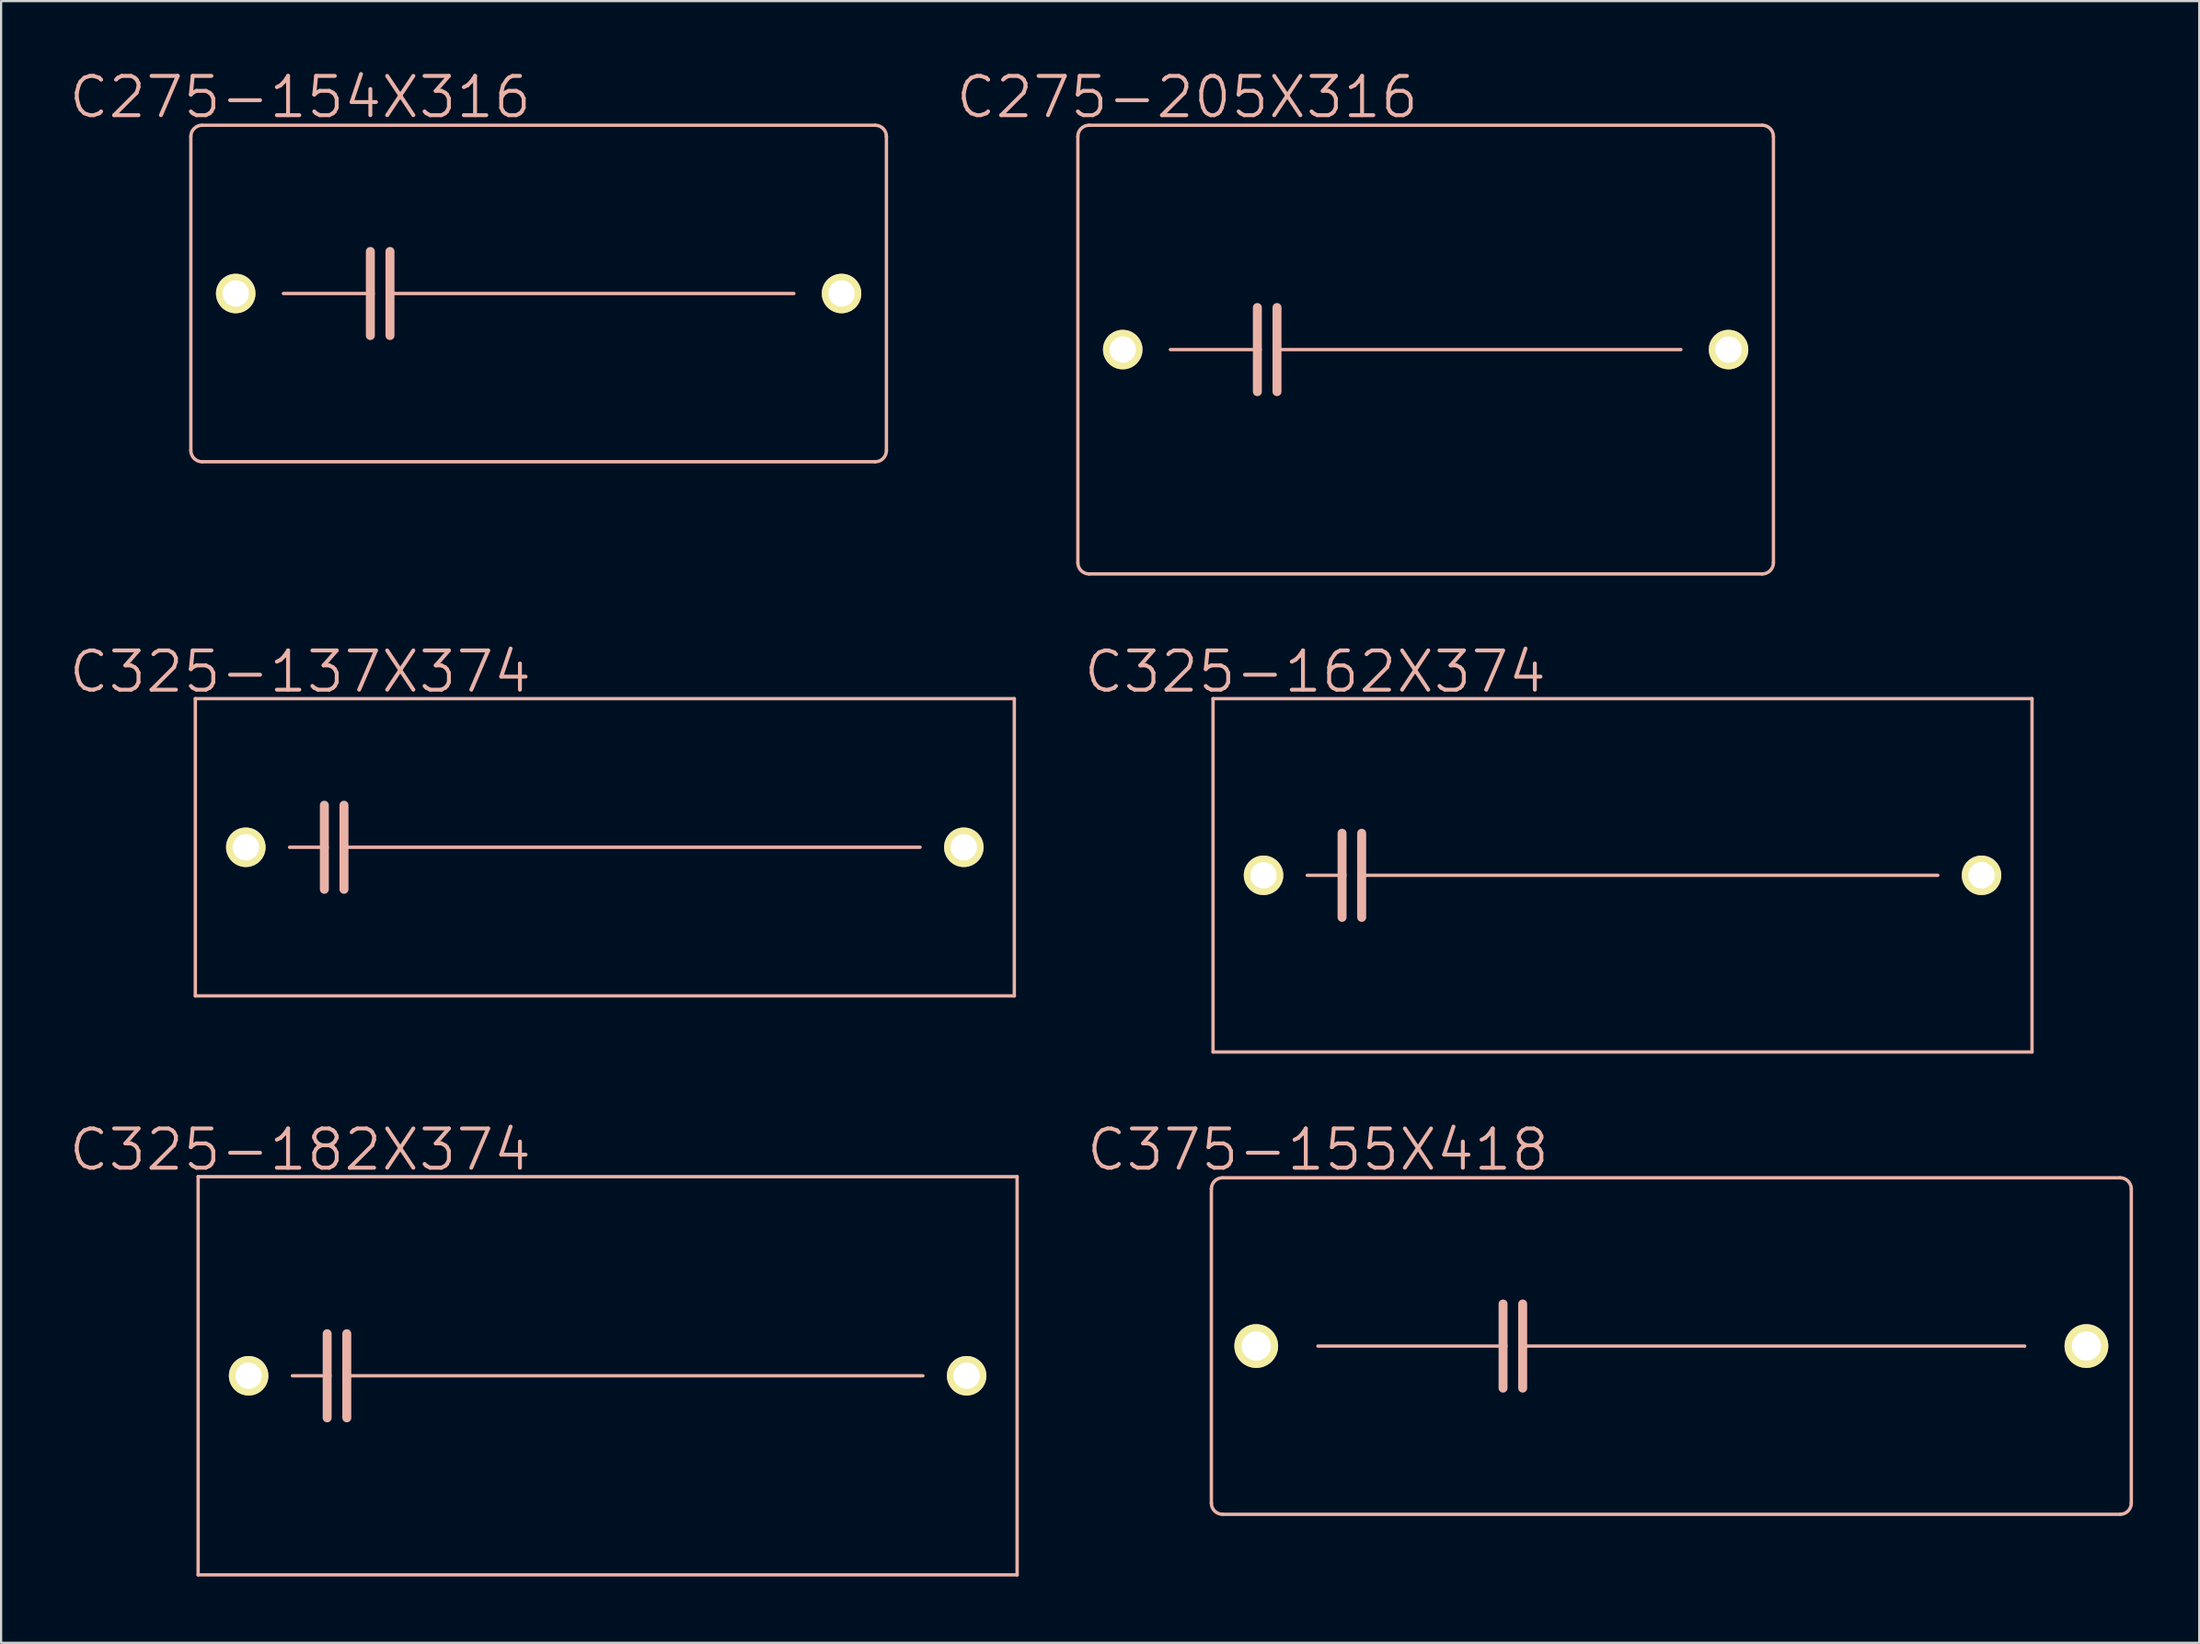
<source format=kicad_pcb>
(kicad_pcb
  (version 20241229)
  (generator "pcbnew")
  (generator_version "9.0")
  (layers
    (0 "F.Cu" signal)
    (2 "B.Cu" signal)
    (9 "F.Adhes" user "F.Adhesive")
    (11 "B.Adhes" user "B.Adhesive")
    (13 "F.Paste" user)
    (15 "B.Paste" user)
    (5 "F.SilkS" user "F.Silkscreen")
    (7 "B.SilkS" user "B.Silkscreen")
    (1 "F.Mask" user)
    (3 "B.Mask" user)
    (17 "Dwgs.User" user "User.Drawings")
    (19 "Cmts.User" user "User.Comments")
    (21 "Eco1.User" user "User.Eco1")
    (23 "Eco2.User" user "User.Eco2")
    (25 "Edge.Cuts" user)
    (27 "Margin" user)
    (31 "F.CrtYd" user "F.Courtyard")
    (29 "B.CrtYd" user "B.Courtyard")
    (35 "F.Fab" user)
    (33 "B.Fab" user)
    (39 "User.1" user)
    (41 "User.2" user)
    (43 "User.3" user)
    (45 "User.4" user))
  (footprint "C325-162X374"
    (layer "F.Cu")
    (at 70.42 36.591)
    (property "Reference" "C325-162X374" (at -13.919 -9.22 0) (layer "B.SilkS") (effects (font (size 1.778 1.778) (thickness 0.178))))
    (attr exclude_from_pos_files exclude_from_bom)
    (fp_line (start -18.542 -8.001) (end -18.542 8.001) (stroke (width 0.152) (type solid)) (layer "B.SilkS"))
    (fp_line (start -18.542 8.001) (end 18.542 8.001) (stroke (width 0.152) (type solid)) (layer "B.SilkS"))
    (fp_line (start -14.275 0) (end -12.7 0) (stroke (width 0.152) (type solid)) (layer "B.SilkS"))
    (fp_line (start -12.7 -1.905) (end -12.7 0) (stroke (width 0.406) (type solid)) (layer "B.SilkS"))
    (fp_line (start -12.7 0) (end -12.7 1.905) (stroke (width 0.406) (type solid)) (layer "B.SilkS"))
    (fp_line (start -11.811 -1.905) (end -11.811 0) (stroke (width 0.406) (type solid)) (layer "B.SilkS"))
    (fp_line (start -11.811 0) (end -11.811 1.905) (stroke (width 0.406) (type solid)) (layer "B.SilkS"))
    (fp_line (start -11.811 0) (end 14.275 0) (stroke (width 0.152) (type solid)) (layer "B.SilkS"))
    (fp_line (start 18.542 -8.001) (end -18.542 -8.001) (stroke (width 0.152) (type solid)) (layer "B.SilkS"))
    (fp_line (start 18.542 -8.001) (end 18.542 8.001) (stroke (width 0.152) (type solid)) (layer "B.SilkS"))
    (pad "1" thru_hole circle (at -16.256 0) (size 1.788 1.788) (drill 1.194) (layers "*.Cu" "F.Mask" "F.SilkS" "F.Paste"))
    (pad "2" thru_hole circle (at 16.256 0) (size 1.788 1.788) (drill 1.194) (layers "*.Cu" "F.Mask" "F.SilkS" "F.Paste")))
  (footprint "C325-182X374"
    (layer "F.Cu")
    (at 24.464 59.256)
    (property "Reference" "C325-182X374" (at -13.919 -10.236 0) (layer "B.SilkS") (effects (font (size 1.778 1.778) (thickness 0.178))))
    (attr exclude_from_pos_files exclude_from_bom)
    (fp_line (start -18.542 -9.017) (end -18.542 9.017) (stroke (width 0.152) (type solid)) (layer "B.SilkS"))
    (fp_line (start -18.542 9.017) (end 18.542 9.017) (stroke (width 0.152) (type solid)) (layer "B.SilkS"))
    (fp_line (start -14.275 0) (end -12.7 0) (stroke (width 0.152) (type solid)) (layer "B.SilkS"))
    (fp_line (start -12.7 -1.905) (end -12.7 0) (stroke (width 0.406) (type solid)) (layer "B.SilkS"))
    (fp_line (start -12.7 0) (end -12.7 1.905) (stroke (width 0.406) (type solid)) (layer "B.SilkS"))
    (fp_line (start -11.811 -1.905) (end -11.811 0) (stroke (width 0.406) (type solid)) (layer "B.SilkS"))
    (fp_line (start -11.811 0) (end -11.811 1.905) (stroke (width 0.406) (type solid)) (layer "B.SilkS"))
    (fp_line (start -11.811 0) (end 14.275 0) (stroke (width 0.152) (type solid)) (layer "B.SilkS"))
    (fp_line (start 18.542 -9.017) (end -18.542 -9.017) (stroke (width 0.152) (type solid)) (layer "B.SilkS"))
    (fp_line (start 18.542 -9.017) (end 18.542 9.017) (stroke (width 0.152) (type solid)) (layer "B.SilkS"))
    (pad "1" thru_hole circle (at -16.256 0) (size 1.788 1.788) (drill 1.194) (layers "*.Cu" "F.Mask" "F.SilkS" "F.Paste"))
    (pad "2" thru_hole circle (at 16.256 0) (size 1.788 1.788) (drill 1.194) (layers "*.Cu" "F.Mask" "F.SilkS" "F.Paste")))
  (footprint "C275-154X316"
    (layer "F.Cu")
    (at 21.34 10.242)
    (property "Reference" "C275-154X316" (at -10.795 -8.89 0) (layer "B.SilkS") (effects (font (size 1.778 1.778) (thickness 0.178))))
    (attr exclude_from_pos_files exclude_from_bom)
    (fp_line (start -15.748 7.112) (end -15.748 -7.112) (stroke (width 0.152) (type solid)) (layer "B.SilkS"))
    (fp_line (start -15.24 -7.62) (end 15.24 -7.62) (stroke (width 0.152) (type solid)) (layer "B.SilkS"))
    (fp_line (start -11.557 0) (end -7.62 0) (stroke (width 0.152) (type solid)) (layer "B.SilkS"))
    (fp_line (start -7.62 -1.905) (end -7.62 0) (stroke (width 0.406) (type solid)) (layer "B.SilkS"))
    (fp_line (start -7.62 0) (end -7.62 1.905) (stroke (width 0.406) (type solid)) (layer "B.SilkS"))
    (fp_line (start -6.731 -1.905) (end -6.731 0) (stroke (width 0.406) (type solid)) (layer "B.SilkS"))
    (fp_line (start -6.731 0) (end -6.731 1.905) (stroke (width 0.406) (type solid)) (layer "B.SilkS"))
    (fp_line (start -6.731 0) (end 11.557 0) (stroke (width 0.152) (type solid)) (layer "B.SilkS"))
    (fp_line (start 15.24 7.62) (end -15.24 7.62) (stroke (width 0.152) (type solid)) (layer "B.SilkS"))
    (fp_line (start 15.748 -7.112) (end 15.748 7.112) (stroke (width 0.152) (type solid)) (layer "B.SilkS"))
    (fp_arc (start -15.748 -7.112) (mid -15.59921 -7.47121) (end -15.24 -7.62) (stroke (width 0.1524) (type solid)) (layer "B.SilkS"))
    (fp_arc (start -15.24 7.62) (mid -15.59921 7.47121) (end -15.748 7.112) (stroke (width 0.1524) (type solid)) (layer "B.SilkS"))
    (fp_arc (start 15.24 -7.62) (mid 15.59921 -7.47121) (end 15.748 -7.112) (stroke (width 0.1524) (type solid)) (layer "B.SilkS"))
    (fp_arc (start 15.748 7.112) (mid 15.59921 7.47121) (end 15.24 7.62) (stroke (width 0.1524) (type solid)) (layer "B.SilkS"))
    (pad "1" thru_hole circle (at -13.716 0) (size 1.788 1.788) (drill 1.194) (layers "*.Cu" "F.Mask" "F.SilkS" "F.Paste"))
    (pad "2" thru_hole circle (at 13.716 0) (size 1.788 1.788) (drill 1.194) (layers "*.Cu" "F.Mask" "F.SilkS" "F.Paste")))
  (footprint "C275-205X316"
    (layer "F.Cu")
    (at 61.505 12.782)
    (property "Reference" "C275-205X316" (at -10.795 -11.43 0) (layer "B.SilkS") (effects (font (size 1.778 1.778) (thickness 0.178))))
    (attr exclude_from_pos_files exclude_from_bom)
    (fp_line (start -15.748 9.652) (end -15.748 -9.652) (stroke (width 0.152) (type solid)) (layer "B.SilkS"))
    (fp_line (start -15.24 -10.16) (end 15.24 -10.16) (stroke (width 0.152) (type solid)) (layer "B.SilkS"))
    (fp_line (start -11.557 0) (end -7.62 0) (stroke (width 0.152) (type solid)) (layer "B.SilkS"))
    (fp_line (start -7.62 -1.905) (end -7.62 0) (stroke (width 0.406) (type solid)) (layer "B.SilkS"))
    (fp_line (start -7.62 0) (end -7.62 1.905) (stroke (width 0.406) (type solid)) (layer "B.SilkS"))
    (fp_line (start -6.731 -1.905) (end -6.731 0) (stroke (width 0.406) (type solid)) (layer "B.SilkS"))
    (fp_line (start -6.731 0) (end -6.731 1.905) (stroke (width 0.406) (type solid)) (layer "B.SilkS"))
    (fp_line (start -6.731 0) (end 11.557 0) (stroke (width 0.152) (type solid)) (layer "B.SilkS"))
    (fp_line (start 15.24 10.16) (end -15.24 10.16) (stroke (width 0.152) (type solid)) (layer "B.SilkS"))
    (fp_line (start 15.748 -9.652) (end 15.748 9.652) (stroke (width 0.152) (type solid)) (layer "B.SilkS"))
    (fp_arc (start -15.748 -9.652) (mid -15.59921 -10.01121) (end -15.24 -10.16) (stroke (width 0.1524) (type solid)) (layer "B.SilkS"))
    (fp_arc (start -15.24 10.16) (mid -15.59921 10.01121) (end -15.748 9.652) (stroke (width 0.1524) (type solid)) (layer "B.SilkS"))
    (fp_arc (start 15.24 -10.16) (mid 15.59921 -10.01121) (end 15.748 -9.652) (stroke (width 0.1524) (type solid)) (layer "B.SilkS"))
    (fp_arc (start 15.748 9.652) (mid 15.59921 10.01121) (end 15.24 10.16) (stroke (width 0.1524) (type solid)) (layer "B.SilkS"))
    (pad "1" thru_hole circle (at -13.716 0) (size 1.788 1.788) (drill 1.194) (layers "*.Cu" "F.Mask" "F.SilkS" "F.Paste"))
    (pad "2" thru_hole circle (at 13.716 0) (size 1.788 1.788) (drill 1.194) (layers "*.Cu" "F.Mask" "F.SilkS" "F.Paste")))
  (footprint "C375-155X418"
    (layer "F.Cu")
    (at 72.63 57.91)
    (property "Reference" "C375-155X418" (at -16.002 -8.89 0) (layer "B.SilkS") (effects (font (size 1.778 1.778) (thickness 0.178))))
    (attr exclude_from_pos_files exclude_from_bom)
    (fp_line (start -20.828 7.112) (end -20.828 -7.112) (stroke (width 0.152) (type solid)) (layer "B.SilkS"))
    (fp_line (start -20.32 -7.62) (end 20.32 -7.62) (stroke (width 0.152) (type solid)) (layer "B.SilkS"))
    (fp_line (start -16.002 0) (end -7.62 0) (stroke (width 0.152) (type solid)) (layer "B.SilkS"))
    (fp_line (start -7.62 -1.905) (end -7.62 0) (stroke (width 0.406) (type solid)) (layer "B.SilkS"))
    (fp_line (start -7.62 0) (end -7.62 1.905) (stroke (width 0.406) (type solid)) (layer "B.SilkS"))
    (fp_line (start -6.731 -1.905) (end -6.731 0) (stroke (width 0.406) (type solid)) (layer "B.SilkS"))
    (fp_line (start -6.731 0) (end -6.731 1.905) (stroke (width 0.406) (type solid)) (layer "B.SilkS"))
    (fp_line (start -6.731 0) (end 16.002 0) (stroke (width 0.152) (type solid)) (layer "B.SilkS"))
    (fp_line (start 20.32 7.62) (end -20.32 7.62) (stroke (width 0.152) (type solid)) (layer "B.SilkS"))
    (fp_line (start 20.828 -7.112) (end 20.828 7.112) (stroke (width 0.152) (type solid)) (layer "B.SilkS"))
    (fp_arc (start -20.828 -7.112) (mid -20.67921 -7.47121) (end -20.32 -7.62) (stroke (width 0.1524) (type solid)) (layer "B.SilkS"))
    (fp_arc (start -20.32 7.62) (mid -20.67921 7.47121) (end -20.828 7.112) (stroke (width 0.1524) (type solid)) (layer "B.SilkS"))
    (fp_arc (start 20.32 -7.62) (mid 20.67921 -7.47121) (end 20.828 -7.112) (stroke (width 0.1524) (type solid)) (layer "B.SilkS"))
    (fp_arc (start 20.828 7.112) (mid 20.67921 7.47121) (end 20.32 7.62) (stroke (width 0.1524) (type solid)) (layer "B.SilkS"))
    (pad "1" thru_hole circle (at -18.796 0) (size 1.981 1.981) (drill 1.321) (layers "*.Cu" "F.Mask" "F.SilkS" "F.Paste"))
    (pad "2" thru_hole circle (at 18.796 0) (size 1.981 1.981) (drill 1.321) (layers "*.Cu" "F.Mask" "F.SilkS" "F.Paste")))
  (footprint "C325-137X374"
    (layer "F.Cu")
    (at 24.337 35.321)
    (property "Reference" "C325-137X374" (at -13.792 -7.95 0) (layer "B.SilkS") (effects (font (size 1.778 1.778) (thickness 0.178))))
    (attr exclude_from_pos_files exclude_from_bom)
    (fp_line (start -18.542 -6.731) (end -18.542 6.731) (stroke (width 0.152) (type solid)) (layer "B.SilkS"))
    (fp_line (start -18.542 6.731) (end 18.542 6.731) (stroke (width 0.152) (type solid)) (layer "B.SilkS"))
    (fp_line (start -14.275 0) (end -12.7 0) (stroke (width 0.152) (type solid)) (layer "B.SilkS"))
    (fp_line (start -12.7 -1.905) (end -12.7 0) (stroke (width 0.406) (type solid)) (layer "B.SilkS"))
    (fp_line (start -12.7 0) (end -12.7 1.905) (stroke (width 0.406) (type solid)) (layer "B.SilkS"))
    (fp_line (start -11.811 -1.905) (end -11.811 0) (stroke (width 0.406) (type solid)) (layer "B.SilkS"))
    (fp_line (start -11.811 0) (end -11.811 1.905) (stroke (width 0.406) (type solid)) (layer "B.SilkS"))
    (fp_line (start -11.811 0) (end 14.275 0) (stroke (width 0.152) (type solid)) (layer "B.SilkS"))
    (fp_line (start 18.542 -6.731) (end -18.542 -6.731) (stroke (width 0.152) (type solid)) (layer "B.SilkS"))
    (fp_line (start 18.542 -6.731) (end 18.542 6.731) (stroke (width 0.152) (type solid)) (layer "B.SilkS"))
    (pad "1" thru_hole circle (at -16.256 0) (size 1.788 1.788) (drill 1.194) (layers "*.Cu" "F.Mask" "F.SilkS" "F.Paste"))
    (pad "2" thru_hole circle (at 16.256 0) (size 1.788 1.788) (drill 1.194) (layers "*.Cu" "F.Mask" "F.SilkS" "F.Paste")))
  (gr_rect
    (start -3 -3)
    (end 96.534 71.35)
    (stroke (width 0.1) (type default))
    (fill no)
    (layer "Edge.Cuts")))
</source>
